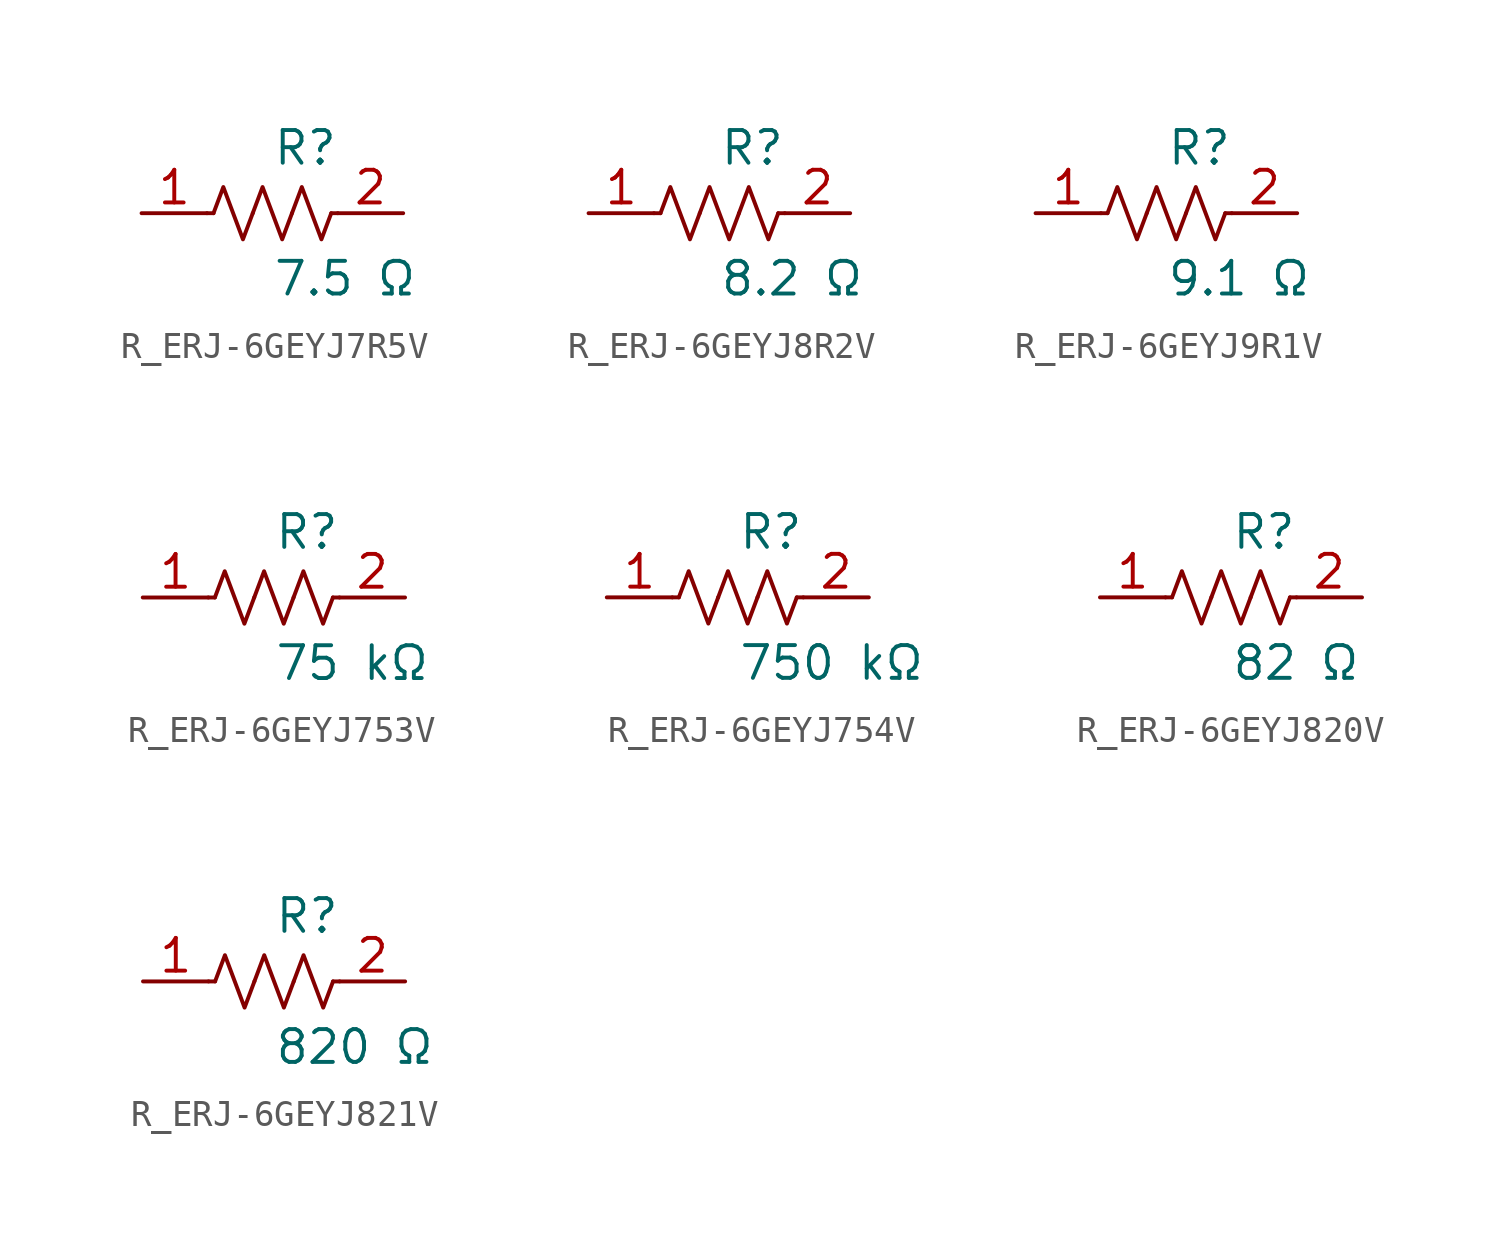
<source format=kicad_sym>
(kicad_symbol_lib
  (version 20231120)
  (generator kicad_symbol_editor)
  (generator_version 8.0)
  (symbol "R_ERJ-6GEYJ7R5V"
    (pin_names
      (offset 0.254))
    (property "Reference" "R"
      (at 0.0 2.54 0)
      (effects (font (size 1.27 1.27)) (justify left)))
    (property "Value" "7.5 Ω"
      (at 0.0 -2.54 0)
      (effects (font (size 1.27 1.27)) (justify left)))
    (symbol "R_ERJ-6GEYJ7R5V_0_1"
      (polyline (pts (xy 2.286 0) (xy 2.54 0)) (stroke (width 0) (type default)) (fill (type none)))
      (polyline (pts (xy -2.286 0) (xy -2.54 0)) (stroke (width 0) (type default)) (fill (type none)))
      (polyline (pts (xy 0.762 0) (xy 1.143 1.016) (xy 1.524 0) (xy 1.905 -1.016) (xy 2.286 0)) (stroke (width 0) (type default)) (fill (type none)))
      (polyline (pts (xy -0.762 0) (xy -0.381 1.016) (xy 0 0) (xy 0.381 -1.016) (xy 0.762 0)) (stroke (width 0) (type default)) (fill (type none)))
      (polyline (pts (xy -2.286 0) (xy -1.905 1.016) (xy -1.524 0) (xy -1.143 -1.016) (xy -0.762 0)) (stroke (width 0) (type default)) (fill (type none))))
    (pin unspecified line
      (at -5.08 0 0)
      (length 2.54)
      (name "" (effects (font (size 1.27 1.27))))
      (number "1" (effects (font (size 1.27 1.27)))))
    (pin unspecified line
      (at 5.08 0 180)
      (length 2.54)
      (name "" (effects (font (size 1.27 1.27))))
      (number "2" (effects (font (size 1.27 1.27))))))
  (symbol "R_ERJ-6GEYJ8R2V"
    (pin_names
      (offset 0.254))
    (property "Reference" "R"
      (at 0.0 2.54 0)
      (effects (font (size 1.27 1.27)) (justify left)))
    (property "Value" "8.2 Ω"
      (at 0.0 -2.54 0)
      (effects (font (size 1.27 1.27)) (justify left)))
    (symbol "R_ERJ-6GEYJ8R2V_0_1"
      (polyline (pts (xy 2.286 0) (xy 2.54 0)) (stroke (width 0) (type default)) (fill (type none)))
      (polyline (pts (xy -2.286 0) (xy -2.54 0)) (stroke (width 0) (type default)) (fill (type none)))
      (polyline (pts (xy 0.762 0) (xy 1.143 1.016) (xy 1.524 0) (xy 1.905 -1.016) (xy 2.286 0)) (stroke (width 0) (type default)) (fill (type none)))
      (polyline (pts (xy -0.762 0) (xy -0.381 1.016) (xy 0 0) (xy 0.381 -1.016) (xy 0.762 0)) (stroke (width 0) (type default)) (fill (type none)))
      (polyline (pts (xy -2.286 0) (xy -1.905 1.016) (xy -1.524 0) (xy -1.143 -1.016) (xy -0.762 0)) (stroke (width 0) (type default)) (fill (type none))))
    (pin unspecified line
      (at -5.08 0 0)
      (length 2.54)
      (name "" (effects (font (size 1.27 1.27))))
      (number "1" (effects (font (size 1.27 1.27)))))
    (pin unspecified line
      (at 5.08 0 180)
      (length 2.54)
      (name "" (effects (font (size 1.27 1.27))))
      (number "2" (effects (font (size 1.27 1.27))))))
  (symbol "R_ERJ-6GEYJ9R1V"
    (pin_names
      (offset 0.254))
    (property "Reference" "R"
      (at 0.0 2.54 0)
      (effects (font (size 1.27 1.27)) (justify left)))
    (property "Value" "9.1 Ω"
      (at 0.0 -2.54 0)
      (effects (font (size 1.27 1.27)) (justify left)))
    (symbol "R_ERJ-6GEYJ9R1V_0_1"
      (polyline (pts (xy 2.286 0) (xy 2.54 0)) (stroke (width 0) (type default)) (fill (type none)))
      (polyline (pts (xy -2.286 0) (xy -2.54 0)) (stroke (width 0) (type default)) (fill (type none)))
      (polyline (pts (xy 0.762 0) (xy 1.143 1.016) (xy 1.524 0) (xy 1.905 -1.016) (xy 2.286 0)) (stroke (width 0) (type default)) (fill (type none)))
      (polyline (pts (xy -0.762 0) (xy -0.381 1.016) (xy 0 0) (xy 0.381 -1.016) (xy 0.762 0)) (stroke (width 0) (type default)) (fill (type none)))
      (polyline (pts (xy -2.286 0) (xy -1.905 1.016) (xy -1.524 0) (xy -1.143 -1.016) (xy -0.762 0)) (stroke (width 0) (type default)) (fill (type none))))
    (pin unspecified line
      (at -5.08 0 0)
      (length 2.54)
      (name "" (effects (font (size 1.27 1.27))))
      (number "1" (effects (font (size 1.27 1.27)))))
    (pin unspecified line
      (at 5.08 0 180)
      (length 2.54)
      (name "" (effects (font (size 1.27 1.27))))
      (number "2" (effects (font (size 1.27 1.27))))))
  (symbol "R_ERJ-6GEYJ753V"
    (pin_names
      (offset 0.254))
    (property "Reference" "R"
      (at 0.0 2.54 0)
      (effects (font (size 1.27 1.27)) (justify left)))
    (property "Value" "75 kΩ"
      (at 0.0 -2.54 0)
      (effects (font (size 1.27 1.27)) (justify left)))
    (symbol "R_ERJ-6GEYJ753V_0_1"
      (polyline (pts (xy 2.286 0) (xy 2.54 0)) (stroke (width 0) (type default)) (fill (type none)))
      (polyline (pts (xy -2.286 0) (xy -2.54 0)) (stroke (width 0) (type default)) (fill (type none)))
      (polyline (pts (xy 0.762 0) (xy 1.143 1.016) (xy 1.524 0) (xy 1.905 -1.016) (xy 2.286 0)) (stroke (width 0) (type default)) (fill (type none)))
      (polyline (pts (xy -0.762 0) (xy -0.381 1.016) (xy 0 0) (xy 0.381 -1.016) (xy 0.762 0)) (stroke (width 0) (type default)) (fill (type none)))
      (polyline (pts (xy -2.286 0) (xy -1.905 1.016) (xy -1.524 0) (xy -1.143 -1.016) (xy -0.762 0)) (stroke (width 0) (type default)) (fill (type none))))
    (pin unspecified line
      (at -5.08 0 0)
      (length 2.54)
      (name "" (effects (font (size 1.27 1.27))))
      (number "1" (effects (font (size 1.27 1.27)))))
    (pin unspecified line
      (at 5.08 0 180)
      (length 2.54)
      (name "" (effects (font (size 1.27 1.27))))
      (number "2" (effects (font (size 1.27 1.27))))))
  (symbol "R_ERJ-6GEYJ754V"
    (pin_names
      (offset 0.254))
    (property "Reference" "R"
      (at 0.0 2.54 0)
      (effects (font (size 1.27 1.27)) (justify left)))
    (property "Value" "750 kΩ"
      (at 0.0 -2.54 0)
      (effects (font (size 1.27 1.27)) (justify left)))
    (symbol "R_ERJ-6GEYJ754V_0_1"
      (polyline (pts (xy 2.286 0) (xy 2.54 0)) (stroke (width 0) (type default)) (fill (type none)))
      (polyline (pts (xy -2.286 0) (xy -2.54 0)) (stroke (width 0) (type default)) (fill (type none)))
      (polyline (pts (xy 0.762 0) (xy 1.143 1.016) (xy 1.524 0) (xy 1.905 -1.016) (xy 2.286 0)) (stroke (width 0) (type default)) (fill (type none)))
      (polyline (pts (xy -0.762 0) (xy -0.381 1.016) (xy 0 0) (xy 0.381 -1.016) (xy 0.762 0)) (stroke (width 0) (type default)) (fill (type none)))
      (polyline (pts (xy -2.286 0) (xy -1.905 1.016) (xy -1.524 0) (xy -1.143 -1.016) (xy -0.762 0)) (stroke (width 0) (type default)) (fill (type none))))
    (pin unspecified line
      (at -5.08 0 0)
      (length 2.54)
      (name "" (effects (font (size 1.27 1.27))))
      (number "1" (effects (font (size 1.27 1.27)))))
    (pin unspecified line
      (at 5.08 0 180)
      (length 2.54)
      (name "" (effects (font (size 1.27 1.27))))
      (number "2" (effects (font (size 1.27 1.27))))))
  (symbol "R_ERJ-6GEYJ820V"
    (pin_names
      (offset 0.254))
    (property "Reference" "R"
      (at 0.0 2.54 0)
      (effects (font (size 1.27 1.27)) (justify left)))
    (property "Value" "82 Ω"
      (at 0.0 -2.54 0)
      (effects (font (size 1.27 1.27)) (justify left)))
    (symbol "R_ERJ-6GEYJ820V_0_1"
      (polyline (pts (xy 2.286 0) (xy 2.54 0)) (stroke (width 0) (type default)) (fill (type none)))
      (polyline (pts (xy -2.286 0) (xy -2.54 0)) (stroke (width 0) (type default)) (fill (type none)))
      (polyline (pts (xy 0.762 0) (xy 1.143 1.016) (xy 1.524 0) (xy 1.905 -1.016) (xy 2.286 0)) (stroke (width 0) (type default)) (fill (type none)))
      (polyline (pts (xy -0.762 0) (xy -0.381 1.016) (xy 0 0) (xy 0.381 -1.016) (xy 0.762 0)) (stroke (width 0) (type default)) (fill (type none)))
      (polyline (pts (xy -2.286 0) (xy -1.905 1.016) (xy -1.524 0) (xy -1.143 -1.016) (xy -0.762 0)) (stroke (width 0) (type default)) (fill (type none))))
    (pin unspecified line
      (at -5.08 0 0)
      (length 2.54)
      (name "" (effects (font (size 1.27 1.27))))
      (number "1" (effects (font (size 1.27 1.27)))))
    (pin unspecified line
      (at 5.08 0 180)
      (length 2.54)
      (name "" (effects (font (size 1.27 1.27))))
      (number "2" (effects (font (size 1.27 1.27))))))
  (symbol "R_ERJ-6GEYJ821V"
    (pin_names
      (offset 0.254))
    (property "Reference" "R"
      (at 0.0 2.54 0)
      (effects (font (size 1.27 1.27)) (justify left)))
    (property "Value" "820 Ω"
      (at 0.0 -2.54 0)
      (effects (font (size 1.27 1.27)) (justify left)))
    (symbol "R_ERJ-6GEYJ821V_0_1"
      (polyline (pts (xy 2.286 0) (xy 2.54 0)) (stroke (width 0) (type default)) (fill (type none)))
      (polyline (pts (xy -2.286 0) (xy -2.54 0)) (stroke (width 0) (type default)) (fill (type none)))
      (polyline (pts (xy 0.762 0) (xy 1.143 1.016) (xy 1.524 0) (xy 1.905 -1.016) (xy 2.286 0)) (stroke (width 0) (type default)) (fill (type none)))
      (polyline (pts (xy -0.762 0) (xy -0.381 1.016) (xy 0 0) (xy 0.381 -1.016) (xy 0.762 0)) (stroke (width 0) (type default)) (fill (type none)))
      (polyline (pts (xy -2.286 0) (xy -1.905 1.016) (xy -1.524 0) (xy -1.143 -1.016) (xy -0.762 0)) (stroke (width 0) (type default)) (fill (type none))))
    (pin unspecified line
      (at -5.08 0 0)
      (length 2.54)
      (name "" (effects (font (size 1.27 1.27))))
      (number "1" (effects (font (size 1.27 1.27)))))
    (pin unspecified line
      (at 5.08 0 180)
      (length 2.54)
      (name "" (effects (font (size 1.27 1.27))))
      (number "2" (effects (font (size 1.27 1.27)))))))
</source>
